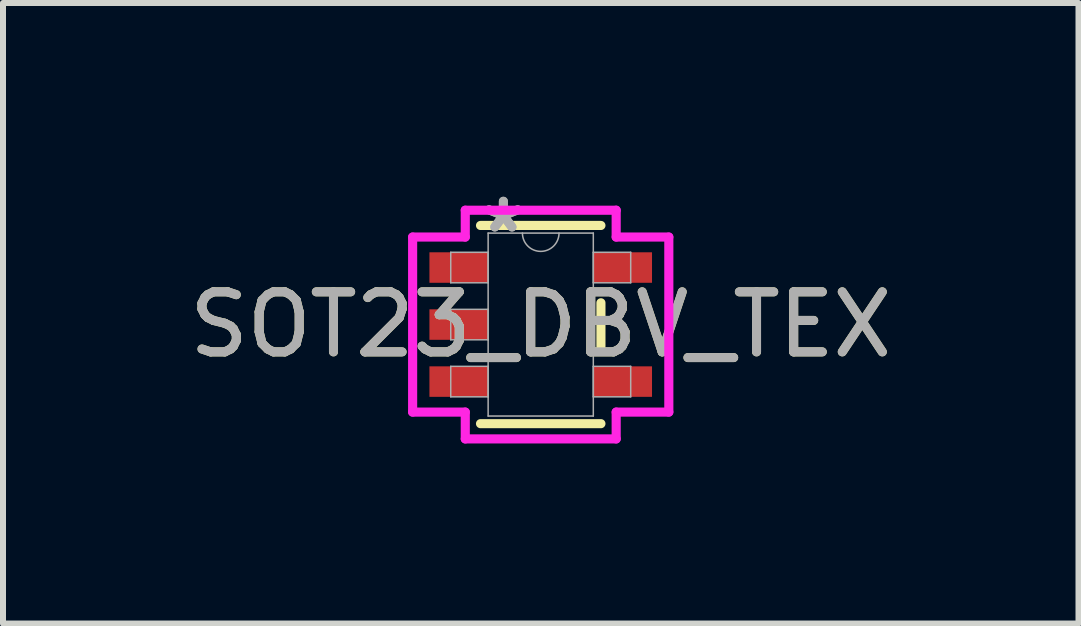
<source format=kicad_pcb>
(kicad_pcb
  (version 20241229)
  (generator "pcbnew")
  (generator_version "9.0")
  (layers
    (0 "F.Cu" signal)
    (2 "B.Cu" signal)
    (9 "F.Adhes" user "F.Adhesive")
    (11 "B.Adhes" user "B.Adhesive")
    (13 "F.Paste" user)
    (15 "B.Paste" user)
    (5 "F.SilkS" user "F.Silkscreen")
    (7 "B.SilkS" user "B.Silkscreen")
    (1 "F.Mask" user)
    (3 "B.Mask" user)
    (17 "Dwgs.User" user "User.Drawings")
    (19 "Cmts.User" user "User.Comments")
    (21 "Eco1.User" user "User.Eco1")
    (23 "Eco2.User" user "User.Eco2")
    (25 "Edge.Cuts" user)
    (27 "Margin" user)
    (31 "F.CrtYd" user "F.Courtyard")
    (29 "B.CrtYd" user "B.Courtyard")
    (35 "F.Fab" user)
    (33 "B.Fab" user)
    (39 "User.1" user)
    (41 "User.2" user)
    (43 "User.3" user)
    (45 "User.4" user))
  (footprint "SOT23_DBV_TEX"
    (layer "F.Cu")
    (at 5.958 2.357)
    (property "Reference" "SOT23_DBV_TEX" (at 0 0 0) (unlocked yes) (layer "F.SilkS") (effects (font (size 1 1) (thickness 0.15))))
    (attr smd)
    (fp_line (start -1.003 1.651) (end 1.003 1.651) (stroke (width 0.152) (type solid)) (layer "F.SilkS"))
    (fp_line (start 1.003 -1.651) (end -1.003 -1.651) (stroke (width 0.152) (type solid)) (layer "F.SilkS"))
    (fp_line (start 1.003 0.363) (end 1.003 -0.363) (stroke (width 0.152) (type solid)) (layer "F.SilkS"))
    (fp_line (start -2.134 -1.458) (end -1.257 -1.458) (stroke (width 0.152) (type solid)) (layer "F.CrtYd"))
    (fp_line (start -2.134 1.458) (end -2.134 -1.458) (stroke (width 0.152) (type solid)) (layer "F.CrtYd"))
    (fp_line (start -1.257 -1.905) (end 1.257 -1.905) (stroke (width 0.152) (type solid)) (layer "F.CrtYd"))
    (fp_line (start -1.257 -1.458) (end -1.257 -1.905) (stroke (width 0.152) (type solid)) (layer "F.CrtYd"))
    (fp_line (start -1.257 1.458) (end -2.134 1.458) (stroke (width 0.152) (type solid)) (layer "F.CrtYd"))
    (fp_line (start -1.257 1.905) (end -1.257 1.458) (stroke (width 0.152) (type solid)) (layer "F.CrtYd"))
    (fp_line (start 1.257 -1.905) (end 1.257 -1.458) (stroke (width 0.152) (type solid)) (layer "F.CrtYd"))
    (fp_line (start 1.257 -1.458) (end 2.134 -1.458) (stroke (width 0.152) (type solid)) (layer "F.CrtYd"))
    (fp_line (start 1.257 1.458) (end 1.257 1.905) (stroke (width 0.152) (type solid)) (layer "F.CrtYd"))
    (fp_line (start 1.257 1.905) (end -1.257 1.905) (stroke (width 0.152) (type solid)) (layer "F.CrtYd"))
    (fp_line (start 2.134 -1.458) (end 2.134 1.458) (stroke (width 0.152) (type solid)) (layer "F.CrtYd"))
    (fp_line (start 2.134 1.458) (end 1.257 1.458) (stroke (width 0.152) (type solid)) (layer "F.CrtYd"))
    (fp_line (start -1.499 -1.204) (end -1.499 -0.696) (stroke (width 0.025) (type solid)) (layer "F.Fab"))
    (fp_line (start -1.499 -0.696) (end -0.876 -0.696) (stroke (width 0.025) (type solid)) (layer "F.Fab"))
    (fp_line (start -1.499 -0.254) (end -1.499 0.254) (stroke (width 0.025) (type solid)) (layer "F.Fab"))
    (fp_line (start -1.499 0.254) (end -0.876 0.254) (stroke (width 0.025) (type solid)) (layer "F.Fab"))
    (fp_line (start -1.499 0.696) (end -1.499 1.204) (stroke (width 0.025) (type solid)) (layer "F.Fab"))
    (fp_line (start -1.499 1.204) (end -0.876 1.204) (stroke (width 0.025) (type solid)) (layer "F.Fab"))
    (fp_line (start -0.876 -1.524) (end -0.876 1.524) (stroke (width 0.025) (type solid)) (layer "F.Fab"))
    (fp_line (start -0.876 -1.204) (end -1.499 -1.204) (stroke (width 0.025) (type solid)) (layer "F.Fab"))
    (fp_line (start -0.876 -0.696) (end -0.876 -1.204) (stroke (width 0.025) (type solid)) (layer "F.Fab"))
    (fp_line (start -0.876 -0.254) (end -1.499 -0.254) (stroke (width 0.025) (type solid)) (layer "F.Fab"))
    (fp_line (start -0.876 0.254) (end -0.876 -0.254) (stroke (width 0.025) (type solid)) (layer "F.Fab"))
    (fp_line (start -0.876 0.696) (end -1.499 0.696) (stroke (width 0.025) (type solid)) (layer "F.Fab"))
    (fp_line (start -0.876 1.204) (end -0.876 0.696) (stroke (width 0.025) (type solid)) (layer "F.Fab"))
    (fp_line (start -0.876 1.524) (end 0.876 1.524) (stroke (width 0.025) (type solid)) (layer "F.Fab"))
    (fp_line (start 0.876 -1.524) (end -0.876 -1.524) (stroke (width 0.025) (type solid)) (layer "F.Fab"))
    (fp_line (start 0.876 -1.204) (end 0.876 -0.696) (stroke (width 0.025) (type solid)) (layer "F.Fab"))
    (fp_line (start 0.876 -0.696) (end 1.499 -0.696) (stroke (width 0.025) (type solid)) (layer "F.Fab"))
    (fp_line (start 0.876 0.696) (end 0.876 1.204) (stroke (width 0.025) (type solid)) (layer "F.Fab"))
    (fp_line (start 0.876 1.204) (end 1.499 1.204) (stroke (width 0.025) (type solid)) (layer "F.Fab"))
    (fp_line (start 0.876 1.524) (end 0.876 -1.524) (stroke (width 0.025) (type solid)) (layer "F.Fab"))
    (fp_line (start 1.499 -1.204) (end 0.876 -1.204) (stroke (width 0.025) (type solid)) (layer "F.Fab"))
    (fp_line (start 1.499 -0.696) (end 1.499 -1.204) (stroke (width 0.025) (type solid)) (layer "F.Fab"))
    (fp_line (start 1.499 0.696) (end 0.876 0.696) (stroke (width 0.025) (type solid)) (layer "F.Fab"))
    (fp_line (start 1.499 1.204) (end 1.499 0.696) (stroke (width 0.025) (type solid)) (layer "F.Fab"))
    (fp_arc (start 0.3048 -1.524) (mid 0 -1.2192) (end -0.3048 -1.524) (stroke (width 0.0254) (type solid)) (layer "F.Fab"))
    (fp_text user "${REFERENCE}" (at 0 0 0) (unlocked yes) (layer "F.Fab") (effects (font (size 1 1) (thickness 0.15))))
    (fp_text user "*" (at -0.622 -1.509 0) (unlocked yes) (layer "F.Fab") (effects (font (size 1 1) (thickness 0.15))))
    (fp_text user "*" (at -0.622 -1.509 0) (layer "F.Fab") (effects (font (size 1 1) (thickness 0.15))))
    (pad "1" smd rect (at -1.365 -0.95) (size 0.978 0.508) (layers "F.Cu" "F.Mask" "F.Paste"))
    (pad "2" smd rect (at -1.365 0) (size 0.978 0.508) (layers "F.Cu" "F.Mask" "F.Paste"))
    (pad "3" smd rect (at -1.365 0.95) (size 0.978 0.508) (layers "F.Cu" "F.Mask" "F.Paste"))
    (pad "4" smd rect (at 1.365 0.95) (size 0.978 0.508) (layers "F.Cu" "F.Mask" "F.Paste"))
    (pad "5" smd rect (at 1.365 -0.95) (size 0.978 0.508) (layers "F.Cu" "F.Mask" "F.Paste")))
  (gr_rect
    (start -3 -3)
    (end 14.917 7.338)
    (stroke (width 0.1) (type default))
    (fill no)
    (layer "Edge.Cuts")))
</source>
